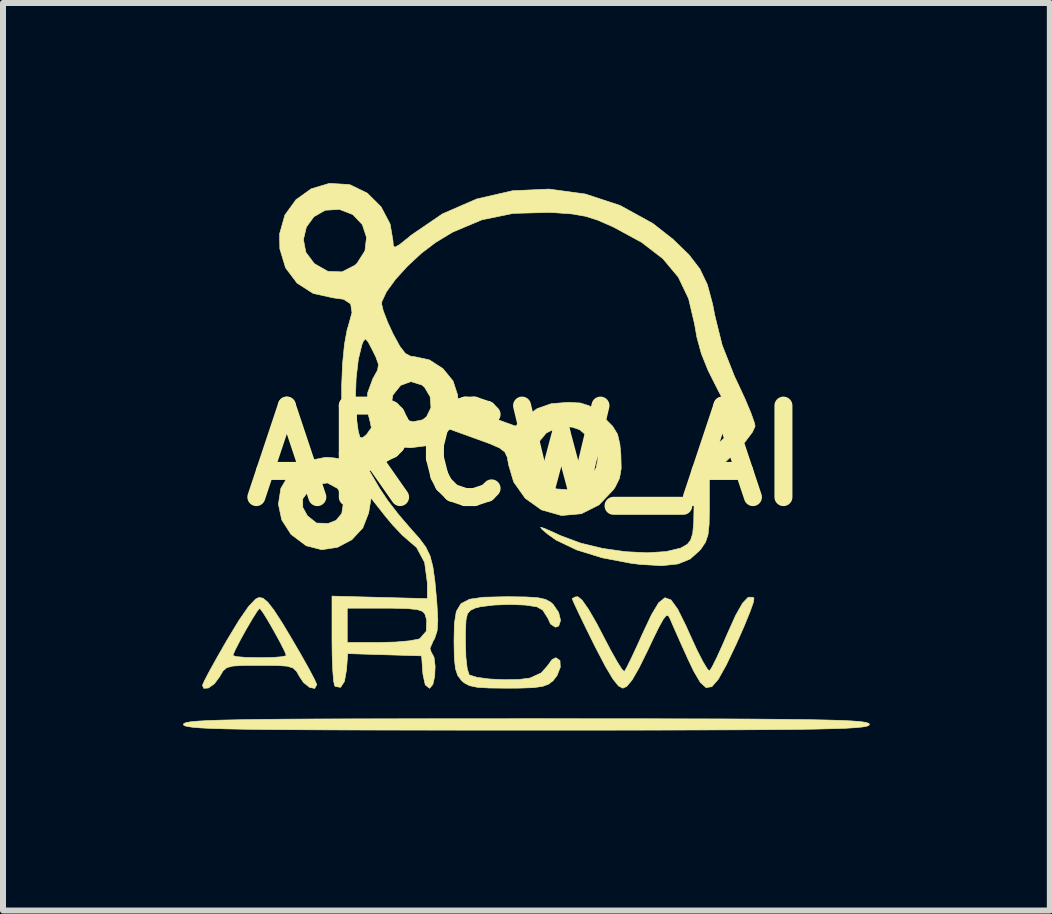
<source format=kicad_pcb>
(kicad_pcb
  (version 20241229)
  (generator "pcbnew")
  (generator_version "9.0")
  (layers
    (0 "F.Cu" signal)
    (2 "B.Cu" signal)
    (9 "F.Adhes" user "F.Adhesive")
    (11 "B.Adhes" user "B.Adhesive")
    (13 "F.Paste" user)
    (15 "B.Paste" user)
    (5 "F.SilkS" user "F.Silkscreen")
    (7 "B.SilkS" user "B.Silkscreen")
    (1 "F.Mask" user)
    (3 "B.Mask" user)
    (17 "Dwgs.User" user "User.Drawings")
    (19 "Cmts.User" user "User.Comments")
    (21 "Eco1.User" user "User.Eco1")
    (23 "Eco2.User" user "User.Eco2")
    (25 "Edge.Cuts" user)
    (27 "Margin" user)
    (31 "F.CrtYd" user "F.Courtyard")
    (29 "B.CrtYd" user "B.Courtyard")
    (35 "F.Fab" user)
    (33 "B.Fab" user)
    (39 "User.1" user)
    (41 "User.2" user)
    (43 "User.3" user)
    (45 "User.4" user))
  (footprint "ARCW_AI"
    (layer "F.Cu")
    (at 5.72 4.542)
    (property "Reference" "ARCW_AI" (at 0 0 180) (layer "F.SilkS") (effects (font (size 1.524 1.524) (thickness 0.3))))
    (attr through_hole)
    (fp_poly (pts (xy 0.991 4.382) (xy 1.862 4.382) (xy 2.621 4.384) (xy 3.276 4.385) (xy 3.833 4.388) (xy 4.301 4.392) (xy 4.687 4.397) (xy 4.998 4.403) (xy 5.241 4.41) (xy 5.425 4.419) (xy 5.557 4.429) (xy 5.644 4.441) (xy 5.694 4.455) (xy 5.714 4.471) (xy 5.715 4.477) (xy 5.704 4.493) (xy 5.666 4.508) (xy 5.593 4.52) (xy 5.477 4.531) (xy 5.313 4.541) (xy 5.091 4.548) (xy 4.804 4.555) (xy 4.446 4.56) (xy 4.008 4.564) (xy 3.483 4.567) (xy 2.863 4.569) (xy 2.142 4.571) (xy 1.311 4.572) (xy 0.364 4.572) (xy 0 4.572) (xy -0.991 4.572) (xy -1.862 4.571) (xy -2.621 4.57) (xy -3.276 4.568) (xy -3.833 4.565) (xy -4.301 4.562) (xy -4.687 4.557) (xy -4.998 4.551) (xy -5.241 4.544) (xy -5.425 4.535) (xy -5.557 4.524) (xy -5.644 4.512) (xy -5.694 4.499) (xy -5.714 4.483) (xy -5.715 4.477) (xy -5.704 4.46) (xy -5.666 4.446) (xy -5.593 4.433) (xy -5.477 4.422) (xy -5.313 4.413) (xy -5.091 4.405) (xy -4.804 4.399) (xy -4.446 4.393) (xy -4.008 4.389) (xy -3.483 4.386) (xy -2.863 4.384) (xy -2.142 4.383) (xy -1.311 4.382) (xy -0.364 4.382) (xy 0 4.381) (xy 0.991 4.382)) (stroke (width 0.01) (type solid)) (fill yes) (layer "F.SilkS"))
    (fp_poly (pts (xy -0.007 2.353) (xy 0.191 2.366) (xy 0.319 2.394) (xy 0.406 2.442) (xy 0.445 2.477) (xy 0.536 2.61) (xy 0.569 2.743) (xy 0.538 2.837) (xy 0.483 2.857) (xy 0.402 2.804) (xy 0.357 2.706) (xy 0.272 2.572) (xy 0.175 2.517) (xy -0.019 2.488) (xy -0.275 2.478) (xy -0.54 2.488) (xy -0.762 2.515) (xy -0.853 2.538) (xy -0.934 2.577) (xy -0.983 2.634) (xy -1.007 2.741) (xy -1.015 2.926) (xy -1.016 3.106) (xy -1.008 3.361) (xy -0.986 3.551) (xy -0.954 3.649) (xy -0.948 3.654) (xy -0.82 3.693) (xy -0.611 3.72) (xy -0.365 3.732) (xy -0.128 3.728) (xy 0.055 3.705) (xy 0.064 3.702) (xy 0.246 3.619) (xy 0.348 3.505) (xy 0.427 3.397) (xy 0.491 3.365) (xy 0.559 3.412) (xy 0.564 3.525) (xy 0.51 3.662) (xy 0.445 3.747) (xy 0.369 3.806) (xy 0.268 3.843) (xy 0.114 3.864) (xy -0.123 3.872) (xy -0.318 3.873) (xy -0.617 3.87) (xy -0.818 3.858) (xy -0.948 3.831) (xy -1.035 3.785) (xy -1.079 3.747) (xy -1.144 3.662) (xy -1.182 3.548) (xy -1.201 3.371) (xy -1.206 3.1) (xy -1.206 3.083) (xy -1.2 2.795) (xy -1.168 2.594) (xy -1.09 2.465) (xy -0.948 2.391) (xy -0.722 2.358) (xy -0.393 2.35) (xy -0.303 2.349) (xy -0.007 2.353)) (stroke (width 0.01) (type solid)) (fill yes) (layer "F.SilkS"))
    (fp_poly (pts (xy -4.39 2.373) (xy -4.312 2.437) (xy -4.209 2.569) (xy -4.069 2.784) (xy -3.91 3.05) (xy -3.753 3.319) (xy -3.623 3.551) (xy -3.533 3.722) (xy -3.493 3.811) (xy -3.493 3.815) (xy -3.528 3.877) (xy -3.614 3.859) (xy -3.714 3.777) (xy -3.778 3.683) (xy -3.829 3.593) (xy -3.887 3.537) (xy -3.981 3.507) (xy -4.139 3.495) (xy -4.391 3.493) (xy -4.445 3.493) (xy -4.715 3.494) (xy -4.888 3.504) (xy -4.99 3.53) (xy -5.052 3.581) (xy -5.102 3.665) (xy -5.112 3.683) (xy -5.199 3.8) (xy -5.299 3.87) (xy -5.376 3.875) (xy -5.397 3.825) (xy -5.367 3.755) (xy -5.285 3.598) (xy -5.162 3.376) (xy -5.135 3.329) (xy -4.889 3.329) (xy -4.831 3.347) (xy -4.678 3.36) (xy -4.463 3.365) (xy -4.445 3.365) (xy -4.226 3.361) (xy -4.067 3.348) (xy -4.001 3.331) (xy -4 3.329) (xy -4.029 3.254) (xy -4.102 3.11) (xy -4.199 2.933) (xy -4.3 2.756) (xy -4.387 2.615) (xy -4.44 2.544) (xy -4.445 2.542) (xy -4.487 2.592) (xy -4.568 2.721) (xy -4.669 2.893) (xy -4.768 3.073) (xy -4.848 3.227) (xy -4.888 3.32) (xy -4.889 3.329) (xy -5.135 3.329) (xy -5.011 3.112) (xy -4.992 3.079) (xy -4.788 2.742) (xy -4.63 2.514) (xy -4.513 2.39) (xy -4.457 2.362) (xy -4.39 2.373)) (stroke (width 0.01) (type solid)) (fill yes) (layer "F.SilkS"))
    (fp_poly (pts (xy 0.926 2.405) (xy 1.035 2.56) (xy 1.173 2.799) (xy 1.273 2.991) (xy 1.404 3.242) (xy 1.516 3.44) (xy 1.596 3.565) (xy 1.632 3.596) (xy 1.672 3.526) (xy 1.751 3.366) (xy 1.855 3.143) (xy 1.933 2.97) (xy 2.083 2.65) (xy 2.204 2.449) (xy 2.308 2.366) (xy 2.409 2.403) (xy 2.521 2.558) (xy 2.657 2.832) (xy 2.724 2.982) (xy 2.84 3.235) (xy 2.942 3.434) (xy 3.017 3.558) (xy 3.051 3.586) (xy 3.094 3.518) (xy 3.173 3.36) (xy 3.274 3.137) (xy 3.343 2.977) (xy 3.486 2.659) (xy 3.602 2.455) (xy 3.695 2.358) (xy 3.773 2.358) (xy 3.791 2.373) (xy 3.781 2.442) (xy 3.724 2.602) (xy 3.631 2.831) (xy 3.51 3.106) (xy 3.493 3.143) (xy 3.327 3.491) (xy 3.196 3.725) (xy 3.089 3.848) (xy 2.992 3.863) (xy 2.896 3.775) (xy 2.786 3.587) (xy 2.688 3.381) (xy 2.576 3.133) (xy 2.478 2.912) (xy 2.41 2.756) (xy 2.4 2.731) (xy 2.369 2.67) (xy 2.333 2.661) (xy 2.283 2.719) (xy 2.206 2.857) (xy 2.092 3.09) (xy 2.03 3.223) (xy 1.878 3.531) (xy 1.762 3.734) (xy 1.672 3.843) (xy 1.606 3.873) (xy 1.536 3.837) (xy 1.442 3.721) (xy 1.318 3.513) (xy 1.155 3.201) (xy 1.126 3.143) (xy 0.989 2.866) (xy 0.876 2.632) (xy 0.797 2.464) (xy 0.763 2.384) (xy 0.762 2.381) (xy 0.814 2.353) (xy 0.857 2.349) (xy 0.926 2.405)) (stroke (width 0.01) (type solid)) (fill yes) (layer "F.SilkS"))
    (fp_poly (pts (xy -2.958 -4.518) (xy -2.934 -4.512) (xy -2.652 -4.375) (xy -2.422 -4.147) (xy -2.271 -3.861) (xy -2.223 -3.58) (xy -2.218 -3.497) (xy -2.189 -3.474) (xy -2.114 -3.516) (xy -1.969 -3.632) (xy -1.921 -3.673) (xy -1.397 -4.03) (xy -0.829 -4.277) (xy -0.232 -4.414) (xy 0.376 -4.442) (xy 0.98 -4.36) (xy 1.561 -4.169) (xy 2.105 -3.87) (xy 2.438 -3.609) (xy 2.706 -3.35) (xy 2.89 -3.111) (xy 3.015 -2.849) (xy 3.103 -2.521) (xy 3.137 -2.342) (xy 3.261 -1.842) (xy 3.465 -1.325) (xy 3.521 -1.207) (xy 3.642 -0.946) (xy 3.738 -0.718) (xy 3.797 -0.553) (xy 3.81 -0.492) (xy 3.766 -0.394) (xy 3.65 -0.24) (xy 3.484 -0.059) (xy 3.429 -0.005) (xy 3.048 0.361) (xy 3.048 0.874) (xy 3.044 1.14) (xy 3.025 1.317) (xy 2.983 1.441) (xy 2.91 1.551) (xy 2.885 1.58) (xy 2.727 1.721) (xy 2.525 1.803) (xy 2.256 1.832) (xy 1.898 1.811) (xy 1.748 1.793) (xy 1.264 1.701) (xy 0.837 1.569) (xy 0.494 1.405) (xy 0.349 1.302) (xy 0.258 1.224) (xy 0.236 1.192) (xy 0.295 1.209) (xy 0.45 1.277) (xy 0.579 1.336) (xy 0.906 1.457) (xy 1.272 1.545) (xy 1.65 1.599) (xy 2.012 1.617) (xy 2.329 1.597) (xy 2.573 1.538) (xy 2.683 1.474) (xy 2.736 1.406) (xy 2.77 1.296) (xy 2.787 1.119) (xy 2.792 0.847) (xy 2.792 0.768) (xy 2.79 0.159) (xy 3.514 -0.49) (xy 3.195 -1.086) (xy 3.026 -1.422) (xy 2.914 -1.702) (xy 2.84 -1.973) (xy 2.802 -2.191) (xy 2.702 -2.616) (xy 2.531 -2.974) (xy 2.274 -3.282) (xy 1.919 -3.555) (xy 1.451 -3.809) (xy 1.425 -3.821) (xy 1.189 -3.924) (xy 0.983 -3.989) (xy 0.759 -4.028) (xy 0.469 -4.049) (xy 0.369 -4.053) (xy -0.22 -4.037) (xy -0.742 -3.93) (xy -1.229 -3.725) (xy -1.513 -3.553) (xy -1.751 -3.372) (xy -1.982 -3.158) (xy -2.183 -2.936) (xy -2.332 -2.731) (xy -2.408 -2.569) (xy -2.413 -2.53) (xy -2.385 -2.413) (xy -2.313 -2.227) (xy -2.222 -2.03) (xy -2.107 -1.82) (xy -2.016 -1.703) (xy -1.926 -1.656) (xy -1.869 -1.651) (xy -1.616 -1.596) (xy -1.39 -1.45) (xy -1.222 -1.244) (xy -1.145 -1.007) (xy -1.143 -0.964) (xy -1.114 -0.889) (xy -1.012 -0.814) (xy -0.818 -0.726) (xy -0.663 -0.668) (xy -0.183 -0.493) (xy -0.044 -0.619) (xy 0.178 -0.784) (xy 0.415 -0.867) (xy 0.697 -0.889) (xy 0.9 -0.878) (xy 1.047 -0.831) (xy 1.197 -0.723) (xy 1.284 -0.644) (xy 1.436 -0.491) (xy 1.518 -0.358) (xy 1.557 -0.191) (xy 1.573 -0.025) (xy 1.579 0.211) (xy 1.551 0.376) (xy 1.478 0.524) (xy 1.45 0.565) (xy 1.208 0.82) (xy 0.915 0.967) (xy 0.587 0.996) (xy 0.58 0.995) (xy 0.251 0.902) (xy -0.02 0.709) (xy -0.212 0.438) (xy -0.297 0.151) (xy -0.319 0.024) (xy -0.333 -0.006) (xy 0.13 -0.006) (xy 0.154 0.212) (xy 0.281 0.414) (xy 0.283 0.416) (xy 0.496 0.553) (xy 0.724 0.57) (xy 0.943 0.47) (xy 1.048 0.369) (xy 1.162 0.202) (xy 1.19 0.051) (xy 1.18 -0.023) (xy 1.076 -0.274) (xy 0.887 -0.433) (xy 0.759 -0.477) (xy 0.523 -0.475) (xy 0.329 -0.377) (xy 0.193 -0.212) (xy 0.13 -0.006) (xy -0.333 -0.006) (xy -0.36 -0.062) (xy -0.447 -0.129) (xy -0.607 -0.199) (xy -0.805 -0.271) (xy -1.278 -0.442) (xy -1.416 -0.314) (xy -1.652 -0.168) (xy -1.937 -0.132) (xy -2.056 -0.145) (xy -2.201 -0.152) (xy -2.311 -0.099) (xy -2.436 0.037) (xy -2.438 0.04) (xy -2.613 0.259) (xy -2.441 0.552) (xy -2.309 0.749) (xy -2.126 0.986) (xy -1.933 1.21) (xy -1.932 1.211) (xy -1.782 1.38) (xy -1.676 1.523) (xy -1.605 1.67) (xy -1.558 1.852) (xy -1.524 2.097) (xy -1.493 2.438) (xy -1.491 2.465) (xy -1.476 2.737) (xy -1.488 2.919) (xy -1.53 3.047) (xy -1.551 3.081) (xy -1.607 3.21) (xy -1.587 3.271) (xy -1.54 3.356) (xy -1.521 3.506) (xy -1.528 3.673) (xy -1.559 3.811) (xy -1.611 3.873) (xy -1.616 3.873) (xy -1.685 3.818) (xy -1.723 3.646) (xy -1.727 3.604) (xy -1.746 3.334) (xy -2.362 3.316) (xy -2.977 3.297) (xy -2.997 3.565) (xy -3.032 3.761) (xy -3.097 3.859) (xy -3.182 3.844) (xy -3.195 3.832) (xy -3.212 3.755) (xy -3.226 3.578) (xy -3.236 3.328) (xy -3.239 3.064) (xy -3.239 2.54) (xy -2.985 2.54) (xy -2.985 3.111) (xy -2.441 3.111) (xy -2.176 3.104) (xy -1.949 3.084) (xy -1.799 3.056) (xy -1.774 3.046) (xy -1.669 2.925) (xy -1.661 2.738) (xy -1.69 2.64) (xy -1.73 2.593) (xy -1.821 2.563) (xy -1.987 2.546) (xy -2.25 2.54) (xy -2.356 2.54) (xy -2.985 2.54) (xy -3.239 2.54) (xy -3.239 2.339) (xy -2.445 2.36) (xy -1.651 2.381) (xy -1.651 2.114) (xy -1.696 1.778) (xy -1.829 1.53) (xy -1.946 1.429) (xy -2.065 1.326) (xy -2.221 1.162) (xy -2.341 1.019) (xy -2.588 0.706) (xy -2.628 0.951) (xy -2.725 1.202) (xy -2.909 1.4) (xy -3.148 1.526) (xy -3.41 1.566) (xy -3.665 1.501) (xy -3.67 1.499) (xy -3.922 1.31) (xy -4.076 1.07) (xy -4.132 0.807) (xy -4.118 0.718) (xy -3.727 0.718) (xy -3.726 0.861) (xy -3.648 1.002) (xy -3.496 1.122) (xy -3.301 1.128) (xy -3.171 1.077) (xy -3.076 0.963) (xy -3.05 0.794) (xy -3.093 0.622) (xy -3.148 0.544) (xy -3.315 0.453) (xy -3.496 0.482) (xy -3.619 0.572) (xy -3.727 0.718) (xy -4.118 0.718) (xy -4.091 0.544) (xy -3.952 0.308) (xy -3.717 0.123) (xy -3.637 0.085) (xy -3.342 0.026) (xy -3.194 0.038) (xy -2.965 0.081) (xy -3.023 -0.198) (xy -3.059 -0.466) (xy -3.077 -0.801) (xy -3.077 -0.948) (xy -2.849 -0.948) (xy -2.832 -0.63) (xy -2.829 -0.606) (xy -2.801 -0.405) (xy -2.774 -0.309) (xy -2.733 -0.298) (xy -2.666 -0.35) (xy -2.664 -0.352) (xy -2.583 -0.465) (xy -2.606 -0.575) (xy -2.662 -0.794) (xy -2.658 -0.854) (xy -2.252 -0.854) (xy -2.183 -0.713) (xy -2.052 -0.61) (xy -1.891 -0.565) (xy -1.73 -0.598) (xy -1.664 -0.648) (xy -1.59 -0.801) (xy -1.604 -0.983) (xy -1.697 -1.141) (xy -1.742 -1.178) (xy -1.924 -1.235) (xy -2.095 -1.172) (xy -2.226 -1.01) (xy -2.252 -0.854) (xy -2.658 -0.854) (xy -2.644 -1.051) (xy -2.556 -1.289) (xy -2.548 -1.302) (xy -2.479 -1.426) (xy -2.465 -1.522) (xy -2.508 -1.644) (xy -2.558 -1.745) (xy -2.637 -1.897) (xy -2.683 -1.947) (xy -2.717 -1.907) (xy -2.742 -1.845) (xy -2.8 -1.606) (xy -2.837 -1.29) (xy -2.849 -0.948) (xy -3.077 -0.948) (xy -3.078 -1.168) (xy -3.063 -1.53) (xy -3.032 -1.851) (xy -2.988 -2.094) (xy -2.969 -2.155) (xy -2.906 -2.384) (xy -2.928 -2.529) (xy -3.045 -2.606) (xy -3.218 -2.63) (xy -3.552 -2.703) (xy -3.821 -2.876) (xy -4.012 -3.129) (xy -4.108 -3.446) (xy -4.111 -3.602) (xy -3.715 -3.602) (xy -3.675 -3.389) (xy -3.533 -3.199) (xy -3.306 -3.071) (xy -3.072 -3.063) (xy -2.858 -3.172) (xy -2.823 -3.204) (xy -2.69 -3.413) (xy -2.664 -3.639) (xy -2.734 -3.851) (xy -2.891 -4.017) (xy -3.116 -4.104) (xy -3.353 -4.089) (xy -3.541 -3.981) (xy -3.666 -3.809) (xy -3.715 -3.602) (xy -4.111 -3.602) (xy -4.112 -3.696) (xy -4.024 -4.009) (xy -3.839 -4.265) (xy -3.584 -4.447) (xy -3.282 -4.537) (xy -2.958 -4.518)) (stroke (width 0.01) (type solid)) (fill yes) (layer "F.SilkS")))
  (gr_rect
    (start -3 -3)
    (end 14.44 12.119)
    (stroke (width 0.1) (type default))
    (fill no)
    (layer "Edge.Cuts")))
</source>
